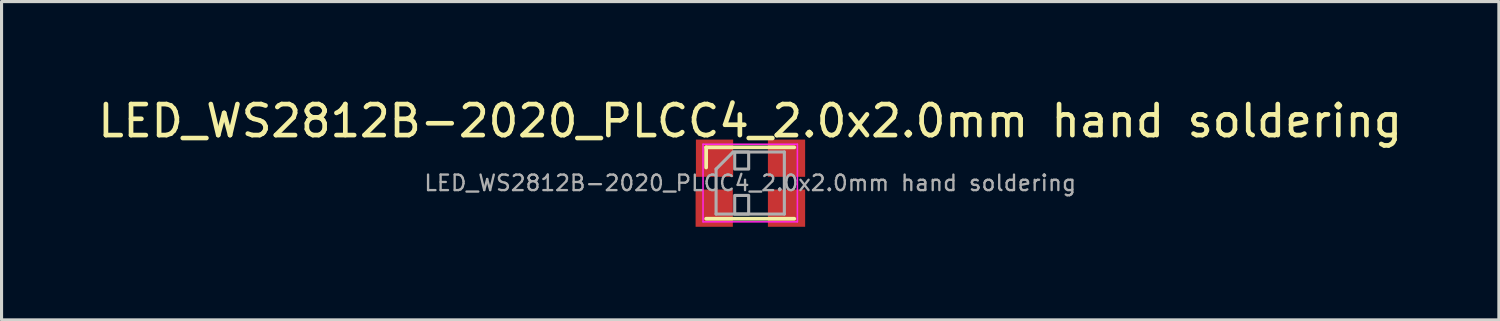
<source format=kicad_pcb>
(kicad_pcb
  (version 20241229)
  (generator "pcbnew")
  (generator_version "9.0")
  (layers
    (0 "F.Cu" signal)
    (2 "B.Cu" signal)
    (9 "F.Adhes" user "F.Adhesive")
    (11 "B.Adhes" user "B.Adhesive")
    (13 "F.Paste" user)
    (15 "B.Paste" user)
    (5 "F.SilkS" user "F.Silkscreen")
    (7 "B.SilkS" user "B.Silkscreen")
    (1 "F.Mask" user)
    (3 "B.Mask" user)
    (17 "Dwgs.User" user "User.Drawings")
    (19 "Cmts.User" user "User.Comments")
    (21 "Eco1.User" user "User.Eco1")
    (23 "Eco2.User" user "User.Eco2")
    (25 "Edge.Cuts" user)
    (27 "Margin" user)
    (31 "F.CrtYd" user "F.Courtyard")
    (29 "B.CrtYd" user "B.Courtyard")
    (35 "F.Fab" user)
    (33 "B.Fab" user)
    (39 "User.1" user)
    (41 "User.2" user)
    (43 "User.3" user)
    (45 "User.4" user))
  (footprint "LED_WS2812B-2020_PLCC4_2.0x2.0mm hand soldering"
    (layer "F.Cu")
    (at 21.125 2.848)
    (property "Reference" "LED_WS2812B-2020_PLCC4_2.0x2.0mm hand soldering" (at 0 -2 0) (layer "F.SilkS") (effects (font (size 1 1) (thickness 0.15))))
    (attr smd)
    (fp_line (start -1.42 -1.15) (end -1.42 -0.5) (stroke (width 0.12) (type solid)) (layer "F.SilkS"))
    (fp_line (start -1.42 -1.15) (end 1.42 -1.15) (stroke (width 0.12) (type solid)) (layer "F.SilkS"))
    (fp_line (start -1.42 1.15) (end 1.42 1.15) (stroke (width 0.12) (type solid)) (layer "F.SilkS"))
    (fp_line (start -1.52 -1.25) (end -1.52 1.25) (stroke (width 0.05) (type solid)) (layer "F.CrtYd"))
    (fp_line (start -1.52 1.25) (end 1.52 1.25) (stroke (width 0.05) (type solid)) (layer "F.CrtYd"))
    (fp_line (start 1.52 -1.25) (end -1.52 -1.25) (stroke (width 0.05) (type solid)) (layer "F.CrtYd"))
    (fp_line (start 1.52 1.25) (end 1.52 -1.25) (stroke (width 0.05) (type solid)) (layer "F.CrtYd"))
    (fp_line (start -1.1 -0.45) (end -1.1 1) (stroke (width 0.1) (type solid)) (layer "F.Fab"))
    (fp_line (start -1.1 1) (end 1.1 1) (stroke (width 0.1) (type solid)) (layer "F.Fab"))
    (fp_line (start -0.55 -1) (end -1.1 -0.45) (stroke (width 0.1) (type solid)) (layer "F.Fab"))
    (fp_line (start 1.1 -1) (end -0.55 -1) (stroke (width 0.1) (type solid)) (layer "F.Fab"))
    (fp_line (start 1.1 -1) (end 1.1 1) (stroke (width 0.1) (type solid)) (layer "F.Fab"))
    (fp_rect (start -0.5 -1) (end -0.05 -0.45) (stroke (width 0.1) (type solid)) (fill no) (layer "F.Fab"))
    (fp_rect (start -0.5 0.4) (end -0.05 1) (stroke (width 0.1) (type solid)) (fill no) (layer "F.Fab"))
    (fp_text user "${REFERENCE}" (at 0 0 0) (layer "F.Fab") (effects (font (size 0.5 0.5) (thickness 0.075))))
    (pad "1" smd rect (at -1.15 -0.8) (size 1.2 1.2) (layers "F.Cu" "F.Mask" "F.Paste"))
    (pad "2" smd rect (at -1.16 0.81) (size 1.2 1.2) (layers "F.Cu" "F.Mask" "F.Paste"))
    (pad "3" smd rect (at 1.17 0.81) (size 1.2 1.2) (layers "F.Cu" "F.Mask" "F.Paste"))
    (pad "4" smd rect (at 1.17 -0.8) (size 1.2 1.2) (layers "F.Cu" "F.Mask" "F.Paste")))
  (gr_rect
    (start -3 -3)
    (end 45.25 7.258)
    (stroke (width 0.1) (type default))
    (fill no)
    (layer "Edge.Cuts")))
</source>
